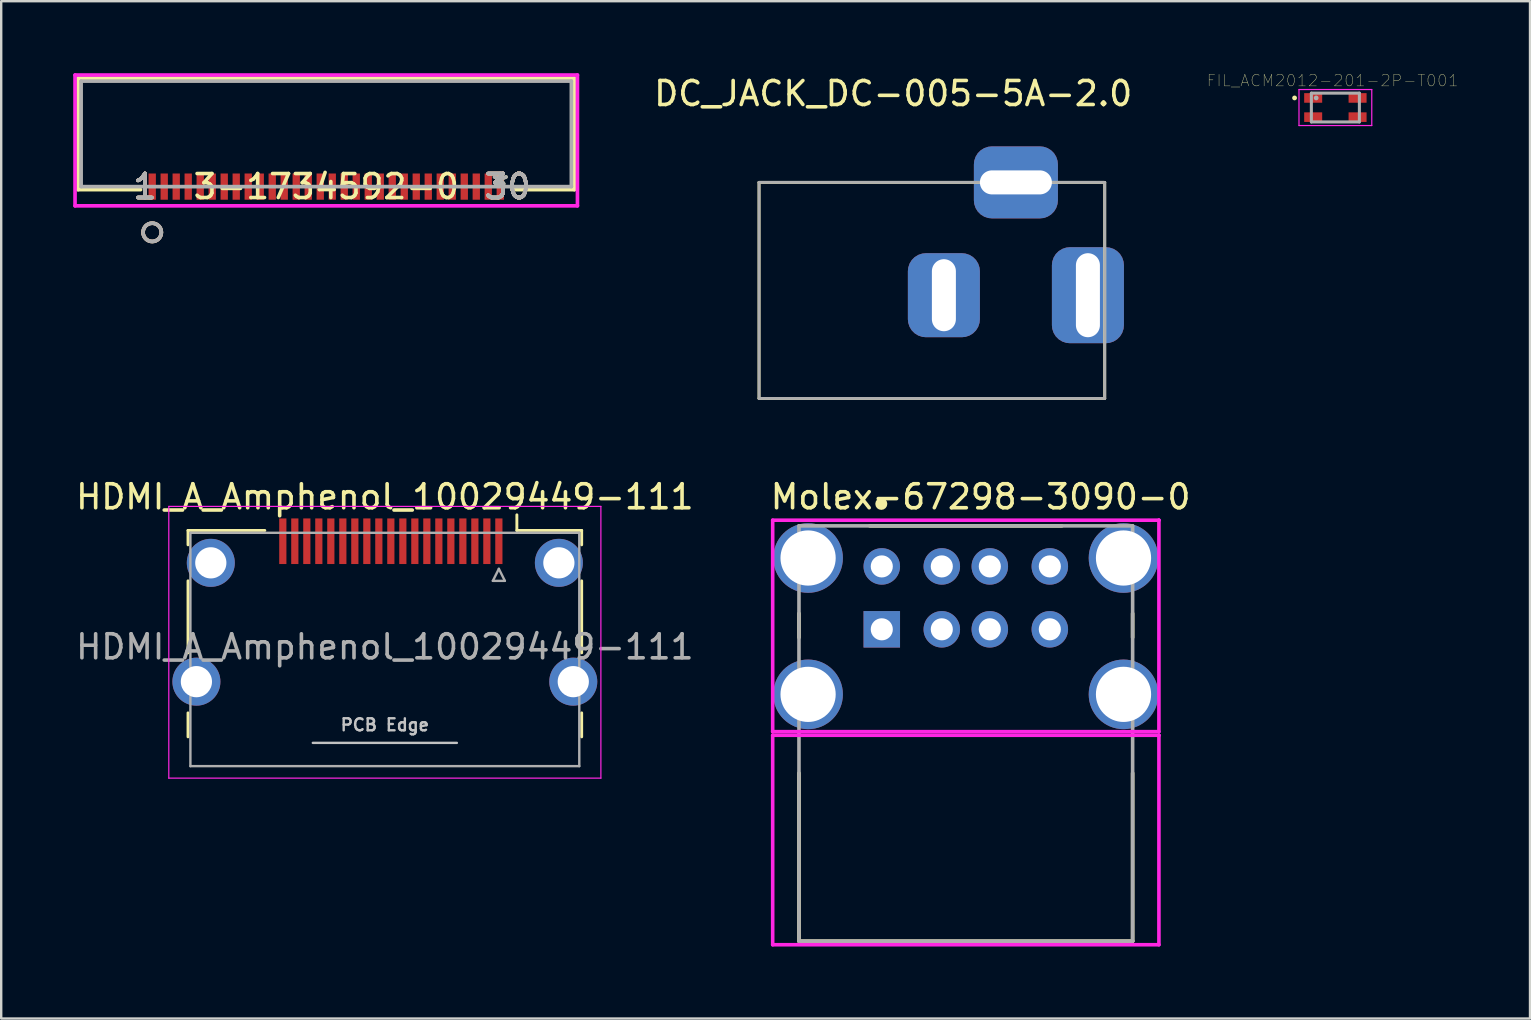
<source format=kicad_pcb>
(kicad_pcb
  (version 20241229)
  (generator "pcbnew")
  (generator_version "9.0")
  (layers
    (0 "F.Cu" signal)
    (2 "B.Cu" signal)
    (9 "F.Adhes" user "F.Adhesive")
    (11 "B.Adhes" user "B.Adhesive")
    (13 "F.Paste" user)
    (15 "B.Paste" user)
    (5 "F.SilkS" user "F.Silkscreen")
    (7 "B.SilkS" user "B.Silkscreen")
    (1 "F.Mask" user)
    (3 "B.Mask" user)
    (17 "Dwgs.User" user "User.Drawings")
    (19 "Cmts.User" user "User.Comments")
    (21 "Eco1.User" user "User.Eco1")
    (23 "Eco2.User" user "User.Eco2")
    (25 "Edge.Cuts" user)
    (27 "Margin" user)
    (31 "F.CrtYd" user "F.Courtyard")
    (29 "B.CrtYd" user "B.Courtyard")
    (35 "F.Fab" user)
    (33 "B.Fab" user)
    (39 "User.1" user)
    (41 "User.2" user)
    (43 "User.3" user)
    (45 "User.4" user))
  (footprint "DC_JACK_DC-005-5A-2.0"
    (layer "F.Cu")
    (at 28.571 13.548)
    (property "Reference" "DC_JACK_DC-005-5A-2.0" (at 5.588 -12.7 0) (layer "F.SilkS") (effects (font (size 1 1) (thickness 0.15))))
    (attr through_hole)
    (fp_line (start 0 -9) (end 14.4 -9) (stroke (width 0.12) (type solid)) (layer "F.SilkS"))
    (fp_line (start 0 0) (end 0 -9) (stroke (width 0.12) (type solid)) (layer "F.SilkS"))
    (fp_line (start 0 0) (end 14.4 0) (stroke (width 0.12) (type solid)) (layer "F.SilkS"))
    (fp_line (start 14.4 0) (end 14.4 -9) (stroke (width 0.12) (type solid)) (layer "F.SilkS"))
    (fp_line (start 0 -9) (end 14.4 -9) (stroke (width 0.12) (type solid)) (layer "F.Fab"))
    (fp_line (start 0 0) (end 0 -9) (stroke (width 0.12) (type solid)) (layer "F.Fab"))
    (fp_line (start 0 0) (end 14.4 0) (stroke (width 0.12) (type solid)) (layer "F.Fab"))
    (fp_line (start 14.4 0) (end 14.4 -9) (stroke (width 0.12) (type solid)) (layer "F.Fab"))
    (pad "1" thru_hole roundrect (at 13.7 -4.3) (size 3 4) (drill oval 1 3.5) (layers "*.Cu" "*.Mask") (roundrect_rratio 0.25))
    (pad "2" thru_hole roundrect (at 7.7 -4.3) (size 3 3.5) (drill oval 1 3) (layers "*.Cu" "*.Mask") (roundrect_rratio 0.25))
    (pad "3" thru_hole roundrect (at 10.7 -9 90) (size 3 3.5) (drill oval 1 3) (layers "*.Cu" "*.Mask") (roundrect_rratio 0.25)))
  (footprint "Molex-67298-3090-0"
    (layer "F.Cu")
    (at 37.184 27.506)
    (property "Reference" "Molex-67298-3090-0" (at -8.22 -9.86 0) (layer "F.SilkS") (effects (font (size 1 1) (thickness 0.15)) (justify left)))
    (attr through_hole)
    (fp_line (start -6.95 -4) (end -6.95 -5) (stroke (width 0.15) (type solid)) (layer "F.SilkS"))
    (fp_line (start -6.95 8.65) (end -6.95 1.65) (stroke (width 0.15) (type solid)) (layer "F.SilkS"))
    (fp_line (start -6.95 8.65) (end 6.95 8.65) (stroke (width 0.15) (type solid)) (layer "F.SilkS"))
    (fp_line (start -4 -8.65) (end 4 -8.65) (stroke (width 0.15) (type solid)) (layer "F.SilkS"))
    (fp_line (start 6.95 -4) (end 6.95 -5) (stroke (width 0.15) (type solid)) (layer "F.SilkS"))
    (fp_line (start 6.95 8.65) (end 6.95 1.65) (stroke (width 0.15) (type solid)) (layer "F.SilkS"))
    (fp_circle (center -3.52 -9.565) (end -3.395 -9.565) (stroke (width 0.25) (type solid)) (fill no) (layer "F.SilkS"))
    (fp_line (start -8.045 0.075) (end -8.045 8.8) (stroke (width 0.15) (type solid)) (layer "F.CrtYd"))
    (fp_line (start -8.045 8.8) (end 8.045 8.8) (stroke (width 0.15) (type solid)) (layer "F.CrtYd"))
    (fp_line (start -8.045 -8.885) (end -8.045 -0.075) (stroke (width 0.15) (type solid)) (layer "F.CrtYd"))
    (fp_line (start -8.045 -0.075) (end 8.045 -0.075) (stroke (width 0.15) (type solid)) (layer "F.CrtYd"))
    (fp_line (start 8.045 0.075) (end -8.045 0.075) (stroke (width 0.15) (type solid)) (layer "F.CrtYd"))
    (fp_line (start 8.045 0.075) (end 8.045 0.075) (stroke (width 0.15) (type solid)) (layer "F.CrtYd"))
    (fp_line (start 8.045 8.8) (end 8.045 0.075) (stroke (width 0.15) (type solid)) (layer "F.CrtYd"))
    (fp_line (start 8.045 -8.885) (end -8.045 -8.885) (stroke (width 0.15) (type solid)) (layer "F.CrtYd"))
    (fp_line (start 8.045 -8.885) (end 8.045 -8.885) (stroke (width 0.15) (type solid)) (layer "F.CrtYd"))
    (fp_line (start 8.045 -0.075) (end 8.045 -8.885) (stroke (width 0.15) (type solid)) (layer "F.CrtYd"))
    (fp_line (start -6.95 -8.65) (end 6.95 -8.65) (stroke (width 0.15) (type solid)) (layer "F.Fab"))
    (fp_line (start -6.95 8.65) (end -6.95 -8.65) (stroke (width 0.15) (type solid)) (layer "F.Fab"))
    (fp_line (start 6.95 -8.65) (end 6.95 8.65) (stroke (width 0.15) (type solid)) (layer "F.Fab"))
    (fp_line (start 6.95 8.65) (end -6.95 8.65) (stroke (width 0.15) (type solid)) (layer "F.Fab"))
    (pad "1" thru_hole rect (at -3.5 -4.34) (size 1.52 1.52) (drill 0.92) (layers "*.Cu"))
    (pad "2" thru_hole circle (at -1 -4.34) (size 1.52 1.52) (drill 0.92) (layers "*.Cu"))
    (pad "3" thru_hole circle (at 1 -4.34) (size 1.52 1.52) (drill 0.92) (layers "*.Cu"))
    (pad "4" thru_hole circle (at 3.5 -4.34) (size 1.52 1.52) (drill 0.92) (layers "*.Cu"))
    (pad "5" thru_hole circle (at -3.5 -6.96) (size 1.52 1.52) (drill 0.92) (layers "*.Cu"))
    (pad "6" thru_hole circle (at -1 -6.96) (size 1.52 1.52) (drill 0.92) (layers "*.Cu"))
    (pad "7" thru_hole circle (at 1 -6.96) (size 1.52 1.52) (drill 0.92) (layers "*.Cu"))
    (pad "8" thru_hole circle (at 3.5 -6.96) (size 1.52 1.52) (drill 0.92) (layers "*.Cu"))
    (pad "9" thru_hole circle (at -6.57 -1.63) (size 2.9 2.9) (drill 2.3) (layers "*.Cu"))
    (pad "10" thru_hole circle (at 6.57 -1.63) (size 2.9 2.9) (drill 2.3) (layers "*.Cu"))
    (pad "11" thru_hole circle (at 6.57 -7.31) (size 2.9 2.9) (drill 2.3) (layers "*.Cu"))
    (pad "12" thru_hole circle (at -6.57 -7.31) (size 2.9 2.9) (drill 2.3) (layers "*.Cu")))
  (footprint "FIL_ACM2012-201-2P-T001"
    (layer "F.Cu")
    (at 52.58 1.43)
    (property "Reference" "FIL_ACM2012-201-2P-T001" (at -0.117 -1.123 0) (layer "F.SilkS") (effects (font (size 0.481 0.481) (thickness 0.015))))
    (attr through_hole)
    (fp_circle (center -1.7 -0.4) (end -1.6 -0.4) (stroke (width 0) (type solid)) (fill yes) (layer "F.SilkS"))
    (fp_line (start -1.516 -0.75) (end 1.516 -0.75) (stroke (width 0.05) (type solid)) (layer "F.CrtYd"))
    (fp_line (start -1.516 0.75) (end -1.516 -0.75) (stroke (width 0.05) (type solid)) (layer "F.CrtYd"))
    (fp_line (start 1.516 -0.75) (end 1.516 0.75) (stroke (width 0.05) (type solid)) (layer "F.CrtYd"))
    (fp_line (start 1.516 0.75) (end -1.516 0.75) (stroke (width 0.05) (type solid)) (layer "F.CrtYd"))
    (fp_line (start -1 -0.6) (end 1 -0.6) (stroke (width 0.127) (type solid)) (layer "F.Fab"))
    (fp_line (start -1 0.6) (end -1 -0.6) (stroke (width 0.127) (type solid)) (layer "F.Fab"))
    (fp_line (start 1 -0.6) (end 1 0.6) (stroke (width 0.127) (type solid)) (layer "F.Fab"))
    (fp_line (start 1 0.6) (end -1 0.6) (stroke (width 0.127) (type solid)) (layer "F.Fab"))
    (fp_circle (center -0.8 -0.4) (end -0.7 -0.4) (stroke (width 0) (type solid)) (fill yes) (layer "F.Fab"))
    (pad "1" smd rect (at -0.925 -0.4) (size 0.75 0.4) (layers "F.Cu" "F.Mask" "F.Paste"))
    (pad "2" smd rect (at -0.925 0.4) (size 0.75 0.4) (layers "F.Cu" "F.Mask" "F.Paste"))
    (pad "3" smd rect (at 0.925 0.4) (size 0.75 0.4) (layers "F.Cu" "F.Mask" "F.Paste"))
    (pad "4" smd rect (at 0.925 -0.4) (size 0.75 0.4) (layers "F.Cu" "F.Mask" "F.Paste")))
  (footprint "3-1734592-0"
    (layer "F.Cu")
    (at 17.791 4.724)
    (property "Reference" "3-1734592-0" (at -7.25 0 0) (layer "F.SilkS") (effects (font (size 1 1) (thickness 0.15))))
    (attr through_hole)
    (fp_line (start -17.588 -4.521) (end -17.588 0.127) (stroke (width 0.152) (type solid)) (layer "F.SilkS"))
    (fp_line (start -17.588 0.127) (end -14.985 0.127) (stroke (width 0.152) (type solid)) (layer "F.SilkS"))
    (fp_line (start 0.485 0.127) (end 3.088 0.127) (stroke (width 0.152) (type solid)) (layer "F.SilkS"))
    (fp_line (start 3.088 -4.521) (end -17.588 -4.521) (stroke (width 0.152) (type solid)) (layer "F.SilkS"))
    (fp_line (start 3.088 0.127) (end 3.088 -4.521) (stroke (width 0.152) (type solid)) (layer "F.SilkS"))
    (fp_circle (center -14.5 1.905) (end -14.119 1.905) (stroke (width 0.152) (type solid)) (fill no) (layer "F.SilkS"))
    (fp_circle (center -14.5 1.905) (end -14.119 1.905) (stroke (width 0.152) (type solid)) (fill no) (layer "B.SilkS"))
    (fp_line (start -17.715 -4.648) (end -17.715 0.8) (stroke (width 0.152) (type solid)) (layer "F.CrtYd"))
    (fp_line (start -17.715 0.8) (end 3.215 0.8) (stroke (width 0.152) (type solid)) (layer "F.CrtYd"))
    (fp_line (start 3.215 -4.648) (end -17.715 -4.648) (stroke (width 0.152) (type solid)) (layer "F.CrtYd"))
    (fp_line (start 3.215 0.8) (end 3.215 -4.648) (stroke (width 0.152) (type solid)) (layer "F.CrtYd"))
    (fp_line (start -17.461 -4.394) (end -17.461 0) (stroke (width 0.152) (type solid)) (layer "F.Fab"))
    (fp_line (start -17.461 0) (end 2.961 0) (stroke (width 0.152) (type solid)) (layer "F.Fab"))
    (fp_line (start 2.961 -4.394) (end -17.461 -4.394) (stroke (width 0.152) (type solid)) (layer "F.Fab"))
    (fp_line (start 2.961 0) (end 2.961 -4.394) (stroke (width 0.152) (type solid)) (layer "F.Fab"))
    (fp_circle (center -14.5 1.905) (end -14.119 1.905) (stroke (width 0.152) (type solid)) (fill no) (layer "F.Fab"))
    (fp_text user "1" (at -14.805 0 0) (layer "F.SilkS") (effects (font (size 1 1) (thickness 0.15))))
    (fp_text user "*" (at 0 0 0) (layer "F.SilkS") (effects (font (size 1 1) (thickness 0.15))))
    (fp_text user "30" (at 0.305 0 0) (layer "F.SilkS") (effects (font (size 1 1) (thickness 0.15))))
    (fp_text user "30" (at 0.305 0 0) (layer "F.SilkS") (effects (font (size 1 1) (thickness 0.15))))
    (fp_text user "1" (at -14.805 0 0) (layer "F.SilkS") (effects (font (size 1 1) (thickness 0.15))))
    (fp_text user "1" (at -14.805 0 0) (layer "B.SilkS") (effects (font (size 1 1) (thickness 0.15))))
    (fp_text user "1" (at -14.805 0 0) (layer "B.SilkS") (effects (font (size 1 1) (thickness 0.15))))
    (fp_text user "30" (at 0.305 0 0) (layer "B.SilkS") (effects (font (size 1 1) (thickness 0.15))))
    (fp_text user "30" (at 0.305 0 0) (layer "B.SilkS") (effects (font (size 1 1) (thickness 0.15))))
    (fp_text user "Copyright 2016 Accelerated Designs. All rights reserved." (at 0 0 0) (layer "Cmts.User") (effects (font (size 0.127 0.127) (thickness 0.002))))
    (fp_text user "30" (at 0.305 0 0) (layer "F.Fab") (effects (font (size 1 1) (thickness 0.15))))
    (fp_text user "1" (at -14.805 0 0) (layer "F.Fab") (effects (font (size 1 1) (thickness 0.15))))
    (fp_text user "30" (at 0.305 0 0) (layer "F.Fab") (effects (font (size 1 1) (thickness 0.15))))
    (fp_text user "1" (at -14.805 0 0) (layer "F.Fab") (effects (font (size 1 1) (thickness 0.15))))
    (fp_text user "*" (at 0 0 0) (layer "F.Fab") (effects (font (size 1 1) (thickness 0.15))))
    (pad "1" smd rect (at -14.5 0) (size 0.305 1.092) (layers "F.Cu" "F.Mask" "F.Paste"))
    (pad "2" smd rect (at -14 0) (size 0.305 1.092) (layers "F.Cu" "F.Mask" "F.Paste"))
    (pad "3" smd rect (at -13.5 0) (size 0.305 1.092) (layers "F.Cu" "F.Mask" "F.Paste"))
    (pad "4" smd rect (at -13 0) (size 0.305 1.092) (layers "F.Cu" "F.Mask" "F.Paste"))
    (pad "5" smd rect (at -12.5 0) (size 0.305 1.092) (layers "F.Cu" "F.Mask" "F.Paste"))
    (pad "6" smd rect (at -12 0) (size 0.305 1.092) (layers "F.Cu" "F.Mask" "F.Paste"))
    (pad "7" smd rect (at -11.5 0) (size 0.305 1.092) (layers "F.Cu" "F.Mask" "F.Paste"))
    (pad "8" smd rect (at -11 0) (size 0.305 1.092) (layers "F.Cu" "F.Mask" "F.Paste"))
    (pad "9" smd rect (at -10.5 0) (size 0.305 1.092) (layers "F.Cu" "F.Mask" "F.Paste"))
    (pad "10" smd rect (at -10 0) (size 0.305 1.092) (layers "F.Cu" "F.Mask" "F.Paste"))
    (pad "11" smd rect (at -9.5 0) (size 0.305 1.092) (layers "F.Cu" "F.Mask" "F.Paste"))
    (pad "12" smd rect (at -9 0) (size 0.305 1.092) (layers "F.Cu" "F.Mask" "F.Paste"))
    (pad "13" smd rect (at -8.5 0) (size 0.305 1.092) (layers "F.Cu" "F.Mask" "F.Paste"))
    (pad "14" smd rect (at -8 0) (size 0.305 1.092) (layers "F.Cu" "F.Mask" "F.Paste"))
    (pad "15" smd rect (at -7.5 0) (size 0.305 1.092) (layers "F.Cu" "F.Mask" "F.Paste"))
    (pad "16" smd rect (at -7 0) (size 0.305 1.092) (layers "F.Cu" "F.Mask" "F.Paste"))
    (pad "17" smd rect (at -6.5 0) (size 0.305 1.092) (layers "F.Cu" "F.Mask" "F.Paste"))
    (pad "18" smd rect (at -6 0) (size 0.305 1.092) (layers "F.Cu" "F.Mask" "F.Paste"))
    (pad "19" smd rect (at -5.5 0) (size 0.305 1.092) (layers "F.Cu" "F.Mask" "F.Paste"))
    (pad "20" smd rect (at -5 0) (size 0.305 1.092) (layers "F.Cu" "F.Mask" "F.Paste"))
    (pad "21" smd rect (at -4.5 0) (size 0.305 1.092) (layers "F.Cu" "F.Mask" "F.Paste"))
    (pad "22" smd rect (at -4 0) (size 0.305 1.092) (layers "F.Cu" "F.Mask" "F.Paste"))
    (pad "23" smd rect (at -3.5 0) (size 0.305 1.092) (layers "F.Cu" "F.Mask" "F.Paste"))
    (pad "24" smd rect (at -3 0) (size 0.305 1.092) (layers "F.Cu" "F.Mask" "F.Paste"))
    (pad "25" smd rect (at -2.5 0) (size 0.305 1.092) (layers "F.Cu" "F.Mask" "F.Paste"))
    (pad "26" smd rect (at -2 0) (size 0.305 1.092) (layers "F.Cu" "F.Mask" "F.Paste"))
    (pad "27" smd rect (at -1.5 0) (size 0.305 1.092) (layers "F.Cu" "F.Mask" "F.Paste"))
    (pad "28" smd rect (at -1 0) (size 0.305 1.092) (layers "F.Cu" "F.Mask" "F.Paste"))
    (pad "29" smd rect (at -0.5 0) (size 0.305 1.092) (layers "F.Cu" "F.Mask" "F.Paste"))
    (pad "30" smd rect (at 0.000001 0) (size 0.305 1.092) (layers "F.Cu" "F.Mask" "F.Paste")))
  (footprint "HDMI_A_Amphenol_10029449-111"
    (layer "F.Cu")
    (at 12.982 22.447)
    (property "Reference" "HDMI_A_Amphenol_10029449-111" (at 0 -4.8 0) (layer "F.SilkS") (effects (font (size 1 1) (thickness 0.15))))
    (attr smd)
    (fp_line (start -8.2 -3.4) (end -8.2 -2.8) (stroke (width 0.12) (type solid)) (layer "F.SilkS"))
    (fp_line (start -8.2 -3.4) (end -5 -3.4) (stroke (width 0.12) (type solid)) (layer "F.SilkS"))
    (fp_line (start -8.2 1.7) (end -8.2 -1.3) (stroke (width 0.12) (type solid)) (layer "F.SilkS"))
    (fp_line (start -8.2 4.2) (end -8.2 5.2) (stroke (width 0.12) (type solid)) (layer "F.SilkS"))
    (fp_line (start 5.5 -3.4) (end 5.5 -4.05) (stroke (width 0.12) (type solid)) (layer "F.SilkS"))
    (fp_line (start 8.2 -3.4) (end 5.5 -3.4) (stroke (width 0.12) (type solid)) (layer "F.SilkS"))
    (fp_line (start 8.2 -3.4) (end 8.2 -2.8) (stroke (width 0.12) (type solid)) (layer "F.SilkS"))
    (fp_line (start 8.2 1.7) (end 8.2 -1.3) (stroke (width 0.12) (type solid)) (layer "F.SilkS"))
    (fp_line (start 8.2 5.2) (end 8.2 4.2) (stroke (width 0.12) (type solid)) (layer "F.SilkS"))
    (fp_line (start -3 5.45) (end 3 5.45) (stroke (width 0.1) (type solid)) (layer "Dwgs.User"))
    (fp_line (start -9 -4.4) (end 9 -4.4) (stroke (width 0.05) (type solid)) (layer "F.CrtYd"))
    (fp_line (start -9 6.92) (end -9 -4.4) (stroke (width 0.05) (type solid)) (layer "F.CrtYd"))
    (fp_line (start 9 -4.4) (end 9 6.92) (stroke (width 0.05) (type solid)) (layer "F.CrtYd"))
    (fp_line (start 9 6.92) (end -9 6.92) (stroke (width 0.05) (type solid)) (layer "F.CrtYd"))
    (fp_line (start -8.1 -3.3) (end 8.1 -3.3) (stroke (width 0.1) (type solid)) (layer "F.Fab"))
    (fp_line (start -8.1 6.42) (end -8.1 -3.3) (stroke (width 0.1) (type solid)) (layer "F.Fab"))
    (fp_line (start 4.5 -1.3) (end 5 -1.3) (stroke (width 0.1) (type solid)) (layer "F.Fab"))
    (fp_line (start 4.75 -1.8) (end 4.5 -1.3) (stroke (width 0.1) (type solid)) (layer "F.Fab"))
    (fp_line (start 5 -1.3) (end 4.75 -1.8) (stroke (width 0.1) (type solid)) (layer "F.Fab"))
    (fp_line (start 8.1 -3.3) (end 8.1 6.42) (stroke (width 0.1) (type solid)) (layer "F.Fab"))
    (fp_line (start 8.1 6.42) (end -8.1 6.42) (stroke (width 0.1) (type solid)) (layer "F.Fab"))
    (fp_text user "PCB Edge" (at 0 4.7 0) (layer "Dwgs.User") (effects (font (size 0.5 0.5) (thickness 0.1))))
    (fp_text user "${REFERENCE}" (at 0 1.45 0) (layer "F.Fab") (effects (font (size 1 1) (thickness 0.15))))
    (pad "1" smd rect (at 4.75 -2.95) (size 0.3 1.9) (layers "F.Cu" "F.Mask" "F.Paste"))
    (pad "2" smd rect (at 4.25 -2.95) (size 0.3 1.9) (layers "F.Cu" "F.Mask" "F.Paste"))
    (pad "3" smd rect (at 3.75 -2.95) (size 0.3 1.9) (layers "F.Cu" "F.Mask" "F.Paste"))
    (pad "4" smd rect (at 3.25 -2.95) (size 0.3 1.9) (layers "F.Cu" "F.Mask" "F.Paste"))
    (pad "5" smd rect (at 2.75 -2.95) (size 0.3 1.9) (layers "F.Cu" "F.Mask" "F.Paste"))
    (pad "6" smd rect (at 2.25 -2.95) (size 0.3 1.9) (layers "F.Cu" "F.Mask" "F.Paste"))
    (pad "7" smd rect (at 1.75 -2.95) (size 0.3 1.9) (layers "F.Cu" "F.Mask" "F.Paste"))
    (pad "8" smd rect (at 1.25 -2.95) (size 0.3 1.9) (layers "F.Cu" "F.Mask" "F.Paste"))
    (pad "9" smd rect (at 0.75 -2.95) (size 0.3 1.9) (layers "F.Cu" "F.Mask" "F.Paste"))
    (pad "10" smd rect (at 0.25 -2.95) (size 0.3 1.9) (layers "F.Cu" "F.Mask" "F.Paste"))
    (pad "11" smd rect (at -0.25 -2.95) (size 0.3 1.9) (layers "F.Cu" "F.Mask" "F.Paste"))
    (pad "12" smd rect (at -0.75 -2.95) (size 0.3 1.9) (layers "F.Cu" "F.Mask" "F.Paste"))
    (pad "13" smd rect (at -1.25 -2.95) (size 0.3 1.9) (layers "F.Cu" "F.Mask" "F.Paste"))
    (pad "14" smd rect (at -1.75 -2.95) (size 0.3 1.9) (layers "F.Cu" "F.Mask" "F.Paste"))
    (pad "15" smd rect (at -2.25 -2.95) (size 0.3 1.9) (layers "F.Cu" "F.Mask" "F.Paste"))
    (pad "16" smd rect (at -2.75 -2.95) (size 0.3 1.9) (layers "F.Cu" "F.Mask" "F.Paste"))
    (pad "17" smd rect (at -3.25 -2.95) (size 0.3 1.9) (layers "F.Cu" "F.Mask" "F.Paste"))
    (pad "18" smd rect (at -3.75 -2.95) (size 0.3 1.9) (layers "F.Cu" "F.Mask" "F.Paste"))
    (pad "19" smd rect (at -4.25 -2.95) (size 0.3 1.9) (layers "F.Cu" "F.Mask" "F.Paste"))
    (pad "SH" thru_hole circle (at -7.85 2.9) (size 2 2) (drill 1.3) (layers "*.Cu" "*.Mask"))
    (pad "SH" thru_hole circle (at -7.25 -2.05) (size 2 2) (drill 1.3) (layers "*.Cu" "*.Mask"))
    (pad "SH" thru_hole circle (at 7.25 -2.05) (size 2 2) (drill 1.3) (layers "*.Cu" "*.Mask"))
    (pad "SH" thru_hole circle (at 7.85 2.9) (size 2 2) (drill 1.3) (layers "*.Cu" "*.Mask")))
  (gr_rect
    (start -3 -3)
    (end 60.688 39.381)
    (stroke (width 0.1) (type default))
    (fill no)
    (layer "Edge.Cuts")))
</source>
